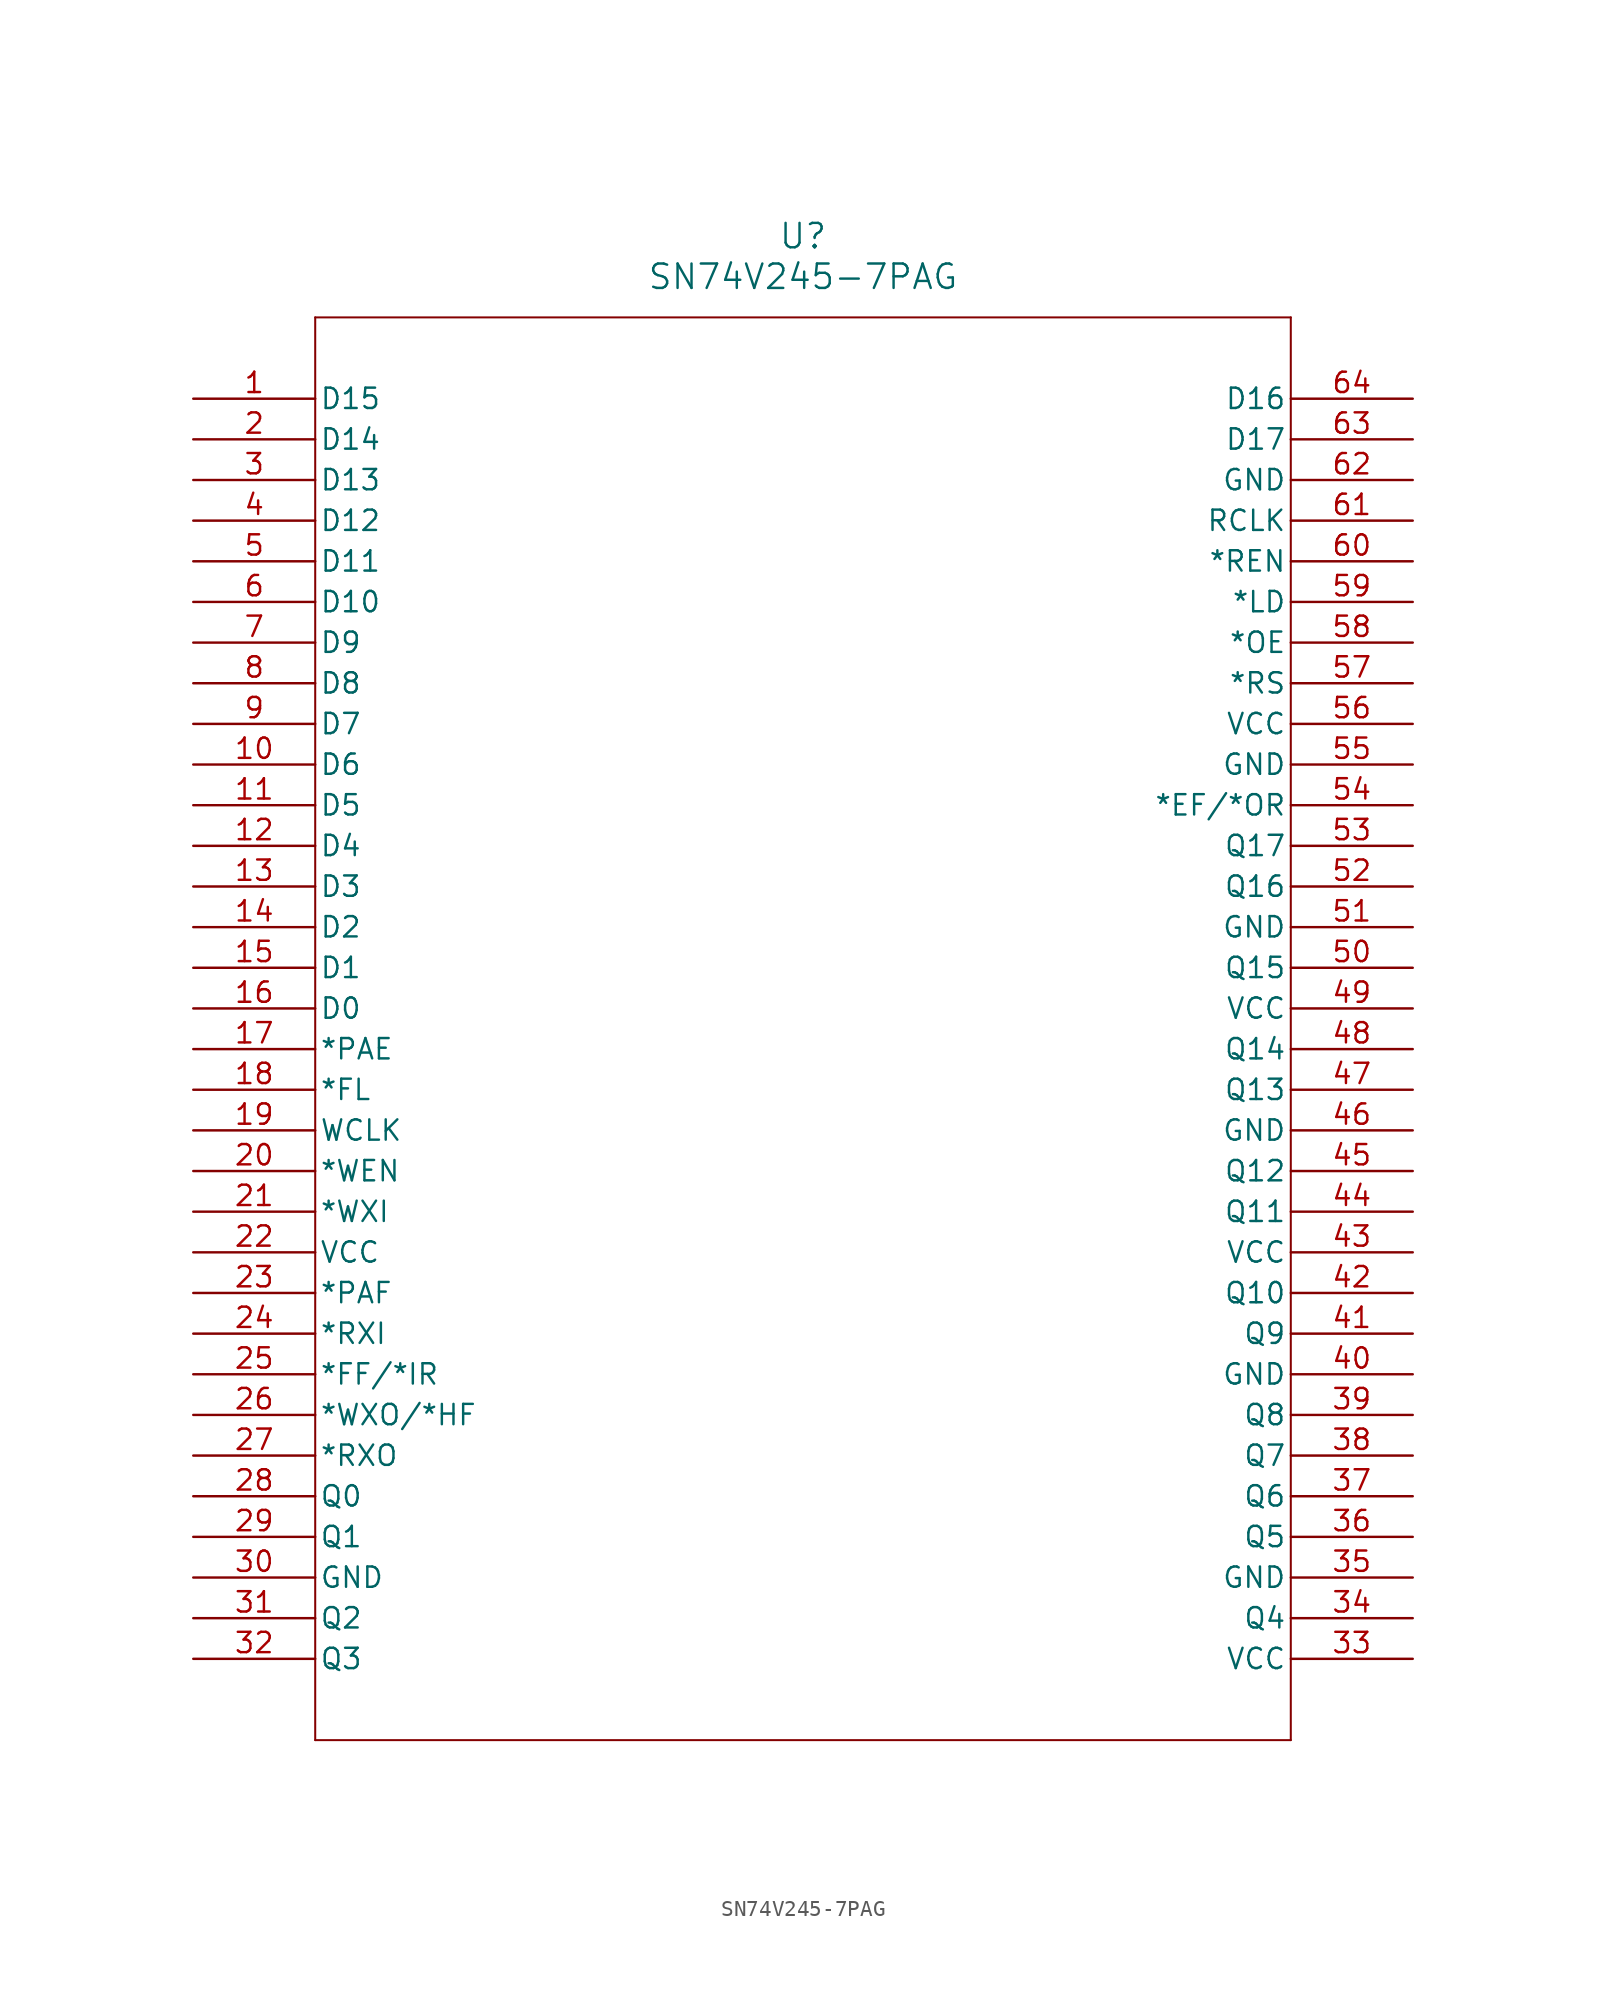
<source format=kicad_sym>
(kicad_symbol_lib
  (version 20211014)
  (generator kicad_symbol_editor)
  (symbol "SN74V245-7PAG"
    (pin_names
      (offset 0.254))
    (property "Reference" "U"
      (at 38.1 10.16 0)
      (effects (font (size 1.524 1.524))))
    (property "Value" "SN74V245-7PAG"
      (at 38.1 7.62 0)
      (effects (font (size 1.524 1.524))))
    (symbol "SN74V245-7PAG_0_1"
      (polyline (pts (xy 7.62 5.08) (xy 7.62 -83.82)) (stroke (width 0.127) (type default) (color 0 0 0 0)) (fill (type none)))
      (polyline (pts (xy 7.62 -83.82) (xy 68.58 -83.82)) (stroke (width 0.127) (type default) (color 0 0 0 0)) (fill (type none)))
      (polyline (pts (xy 68.58 -83.82) (xy 68.58 5.08)) (stroke (width 0.127) (type default) (color 0 0 0 0)) (fill (type none)))
      (polyline (pts (xy 68.58 5.08) (xy 7.62 5.08)) (stroke (width 0.127) (type default) (color 0 0 0 0)) (fill (type none)))
      (pin input line (at 0 0 0) (length 7.62) (name "D15" (effects (font (size 1.27 1.27)))) (number "1" (effects (font (size 1.27 1.27)))))
      (pin input line (at 0 -2.54 0) (length 7.62) (name "D14" (effects (font (size 1.27 1.27)))) (number "2" (effects (font (size 1.27 1.27)))))
      (pin input line (at 0 -5.08 0) (length 7.62) (name "D13" (effects (font (size 1.27 1.27)))) (number "3" (effects (font (size 1.27 1.27)))))
      (pin input line (at 0 -7.62 0) (length 7.62) (name "D12" (effects (font (size 1.27 1.27)))) (number "4" (effects (font (size 1.27 1.27)))))
      (pin input line (at 0 -10.16 0) (length 7.62) (name "D11" (effects (font (size 1.27 1.27)))) (number "5" (effects (font (size 1.27 1.27)))))
      (pin input line (at 0 -12.7 0) (length 7.62) (name "D10" (effects (font (size 1.27 1.27)))) (number "6" (effects (font (size 1.27 1.27)))))
      (pin input line (at 0 -15.24 0) (length 7.62) (name "D9" (effects (font (size 1.27 1.27)))) (number "7" (effects (font (size 1.27 1.27)))))
      (pin input line (at 0 -17.78 0) (length 7.62) (name "D8" (effects (font (size 1.27 1.27)))) (number "8" (effects (font (size 1.27 1.27)))))
      (pin input line (at 0 -20.32 0) (length 7.62) (name "D7" (effects (font (size 1.27 1.27)))) (number "9" (effects (font (size 1.27 1.27)))))
      (pin input line (at 0 -22.86 0) (length 7.62) (name "D6" (effects (font (size 1.27 1.27)))) (number "10" (effects (font (size 1.27 1.27)))))
      (pin input line (at 0 -25.4 0) (length 7.62) (name "D5" (effects (font (size 1.27 1.27)))) (number "11" (effects (font (size 1.27 1.27)))))
      (pin input line (at 0 -27.94 0) (length 7.62) (name "D4" (effects (font (size 1.27 1.27)))) (number "12" (effects (font (size 1.27 1.27)))))
      (pin input line (at 0 -30.48 0) (length 7.62) (name "D3" (effects (font (size 1.27 1.27)))) (number "13" (effects (font (size 1.27 1.27)))))
      (pin input line (at 0 -33.02 0) (length 7.62) (name "D2" (effects (font (size 1.27 1.27)))) (number "14" (effects (font (size 1.27 1.27)))))
      (pin input line (at 0 -35.56 0) (length 7.62) (name "D1" (effects (font (size 1.27 1.27)))) (number "15" (effects (font (size 1.27 1.27)))))
      (pin input line (at 0 -38.1 0) (length 7.62) (name "D0" (effects (font (size 1.27 1.27)))) (number "16" (effects (font (size 1.27 1.27)))))
      (pin output line (at 0 -40.64 0) (length 7.62) (name "*PAE" (effects (font (size 1.27 1.27)))) (number "17" (effects (font (size 1.27 1.27)))))
      (pin input line (at 0 -43.18 0) (length 7.62) (name "*FL" (effects (font (size 1.27 1.27)))) (number "18" (effects (font (size 1.27 1.27)))))
      (pin input line (at 0 -45.72 0) (length 7.62) (name "WCLK" (effects (font (size 1.27 1.27)))) (number "19" (effects (font (size 1.27 1.27)))))
      (pin input line (at 0 -48.26 0) (length 7.62) (name "*WEN" (effects (font (size 1.27 1.27)))) (number "20" (effects (font (size 1.27 1.27)))))
      (pin input line (at 0 -50.8 0) (length 7.62) (name "*WXI" (effects (font (size 1.27 1.27)))) (number "21" (effects (font (size 1.27 1.27)))))
      (pin power_in line (at 0 -53.34 0) (length 7.62) (name "VCC" (effects (font (size 1.27 1.27)))) (number "22" (effects (font (size 1.27 1.27)))))
      (pin output line (at 0 -55.88 0) (length 7.62) (name "*PAF" (effects (font (size 1.27 1.27)))) (number "23" (effects (font (size 1.27 1.27)))))
      (pin input line (at 0 -58.42 0) (length 7.62) (name "*RXI" (effects (font (size 1.27 1.27)))) (number "24" (effects (font (size 1.27 1.27)))))
      (pin output line (at 0 -60.96 0) (length 7.62) (name "*FF/*IR" (effects (font (size 1.27 1.27)))) (number "25" (effects (font (size 1.27 1.27)))))
      (pin output line (at 0 -63.5 0) (length 7.62) (name "*WXO/*HF" (effects (font (size 1.27 1.27)))) (number "26" (effects (font (size 1.27 1.27)))))
      (pin output line (at 0 -66.04 0) (length 7.62) (name "*RXO" (effects (font (size 1.27 1.27)))) (number "27" (effects (font (size 1.27 1.27)))))
      (pin output line (at 0 -68.58 0) (length 7.62) (name "Q0" (effects (font (size 1.27 1.27)))) (number "28" (effects (font (size 1.27 1.27)))))
      (pin output line (at 0 -71.12 0) (length 7.62) (name "Q1" (effects (font (size 1.27 1.27)))) (number "29" (effects (font (size 1.27 1.27)))))
      (pin power_in line (at 0 -73.66 0) (length 7.62) (name "GND" (effects (font (size 1.27 1.27)))) (number "30" (effects (font (size 1.27 1.27)))))
      (pin output line (at 0 -76.2 0) (length 7.62) (name "Q2" (effects (font (size 1.27 1.27)))) (number "31" (effects (font (size 1.27 1.27)))))
      (pin output line (at 0 -78.74 0) (length 7.62) (name "Q3" (effects (font (size 1.27 1.27)))) (number "32" (effects (font (size 1.27 1.27)))))
      (pin power_in line (at 76.2 -78.74 180) (length 7.62) (name "VCC" (effects (font (size 1.27 1.27)))) (number "33" (effects (font (size 1.27 1.27)))))
      (pin output line (at 76.2 -76.2 180) (length 7.62) (name "Q4" (effects (font (size 1.27 1.27)))) (number "34" (effects (font (size 1.27 1.27)))))
      (pin power_in line (at 76.2 -73.66 180) (length 7.62) (name "GND" (effects (font (size 1.27 1.27)))) (number "35" (effects (font (size 1.27 1.27)))))
      (pin output line (at 76.2 -71.12 180) (length 7.62) (name "Q5" (effects (font (size 1.27 1.27)))) (number "36" (effects (font (size 1.27 1.27)))))
      (pin output line (at 76.2 -68.58 180) (length 7.62) (name "Q6" (effects (font (size 1.27 1.27)))) (number "37" (effects (font (size 1.27 1.27)))))
      (pin output line (at 76.2 -66.04 180) (length 7.62) (name "Q7" (effects (font (size 1.27 1.27)))) (number "38" (effects (font (size 1.27 1.27)))))
      (pin output line (at 76.2 -63.5 180) (length 7.62) (name "Q8" (effects (font (size 1.27 1.27)))) (number "39" (effects (font (size 1.27 1.27)))))
      (pin power_in line (at 76.2 -60.96 180) (length 7.62) (name "GND" (effects (font (size 1.27 1.27)))) (number "40" (effects (font (size 1.27 1.27)))))
      (pin output line (at 76.2 -58.42 180) (length 7.62) (name "Q9" (effects (font (size 1.27 1.27)))) (number "41" (effects (font (size 1.27 1.27)))))
      (pin output line (at 76.2 -55.88 180) (length 7.62) (name "Q10" (effects (font (size 1.27 1.27)))) (number "42" (effects (font (size 1.27 1.27)))))
      (pin power_in line (at 76.2 -53.34 180) (length 7.62) (name "VCC" (effects (font (size 1.27 1.27)))) (number "43" (effects (font (size 1.27 1.27)))))
      (pin output line (at 76.2 -50.8 180) (length 7.62) (name "Q11" (effects (font (size 1.27 1.27)))) (number "44" (effects (font (size 1.27 1.27)))))
      (pin output line (at 76.2 -48.26 180) (length 7.62) (name "Q12" (effects (font (size 1.27 1.27)))) (number "45" (effects (font (size 1.27 1.27)))))
      (pin power_in line (at 76.2 -45.72 180) (length 7.62) (name "GND" (effects (font (size 1.27 1.27)))) (number "46" (effects (font (size 1.27 1.27)))))
      (pin output line (at 76.2 -43.18 180) (length 7.62) (name "Q13" (effects (font (size 1.27 1.27)))) (number "47" (effects (font (size 1.27 1.27)))))
      (pin output line (at 76.2 -40.64 180) (length 7.62) (name "Q14" (effects (font (size 1.27 1.27)))) (number "48" (effects (font (size 1.27 1.27)))))
      (pin power_in line (at 76.2 -38.1 180) (length 7.62) (name "VCC" (effects (font (size 1.27 1.27)))) (number "49" (effects (font (size 1.27 1.27)))))
      (pin output line (at 76.2 -35.56 180) (length 7.62) (name "Q15" (effects (font (size 1.27 1.27)))) (number "50" (effects (font (size 1.27 1.27)))))
      (pin power_in line (at 76.2 -33.02 180) (length 7.62) (name "GND" (effects (font (size 1.27 1.27)))) (number "51" (effects (font (size 1.27 1.27)))))
      (pin output line (at 76.2 -30.48 180) (length 7.62) (name "Q16" (effects (font (size 1.27 1.27)))) (number "52" (effects (font (size 1.27 1.27)))))
      (pin output line (at 76.2 -27.94 180) (length 7.62) (name "Q17" (effects (font (size 1.27 1.27)))) (number "53" (effects (font (size 1.27 1.27)))))
      (pin output line (at 76.2 -25.4 180) (length 7.62) (name "*EF/*OR" (effects (font (size 1.27 1.27)))) (number "54" (effects (font (size 1.27 1.27)))))
      (pin power_in line (at 76.2 -22.86 180) (length 7.62) (name "GND" (effects (font (size 1.27 1.27)))) (number "55" (effects (font (size 1.27 1.27)))))
      (pin power_in line (at 76.2 -20.32 180) (length 7.62) (name "VCC" (effects (font (size 1.27 1.27)))) (number "56" (effects (font (size 1.27 1.27)))))
      (pin input line (at 76.2 -17.78 180) (length 7.62) (name "*RS" (effects (font (size 1.27 1.27)))) (number "57" (effects (font (size 1.27 1.27)))))
      (pin input line (at 76.2 -15.24 180) (length 7.62) (name "*OE" (effects (font (size 1.27 1.27)))) (number "58" (effects (font (size 1.27 1.27)))))
      (pin input line (at 76.2 -12.7 180) (length 7.62) (name "*LD" (effects (font (size 1.27 1.27)))) (number "59" (effects (font (size 1.27 1.27)))))
      (pin input line (at 76.2 -10.16 180) (length 7.62) (name "*REN" (effects (font (size 1.27 1.27)))) (number "60" (effects (font (size 1.27 1.27)))))
      (pin input line (at 76.2 -7.62 180) (length 7.62) (name "RCLK" (effects (font (size 1.27 1.27)))) (number "61" (effects (font (size 1.27 1.27)))))
      (pin power_in line (at 76.2 -5.08 180) (length 7.62) (name "GND" (effects (font (size 1.27 1.27)))) (number "62" (effects (font (size 1.27 1.27)))))
      (pin input line (at 76.2 -2.54 180) (length 7.62) (name "D17" (effects (font (size 1.27 1.27)))) (number "63" (effects (font (size 1.27 1.27)))))
      (pin input line (at 76.2 0 180) (length 7.62) (name "D16" (effects (font (size 1.27 1.27)))) (number "64" (effects (font (size 1.27 1.27))))))))
</source>
